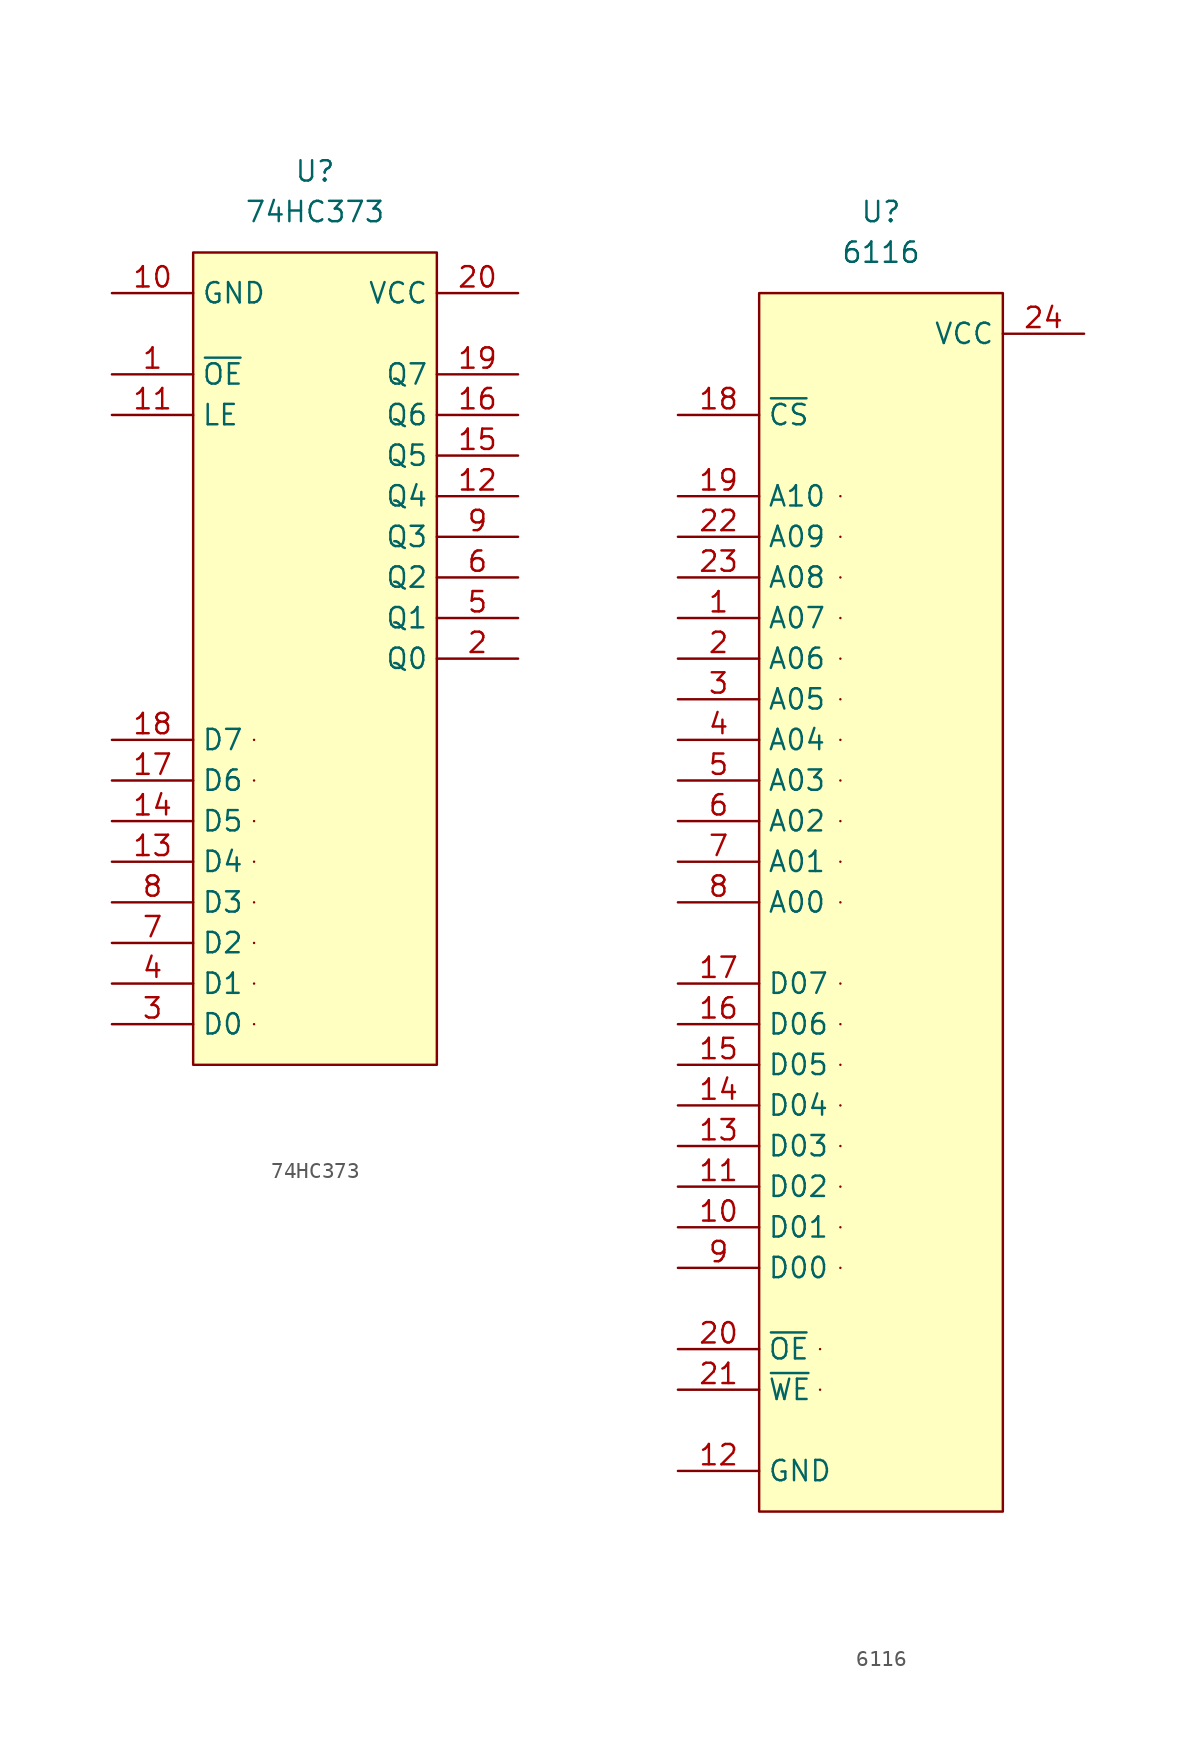
<source format=kicad_sym>
(kicad_symbol_lib
  (version 20220914)
  (generator kicad_symbol_editor)
  (symbol "74HC373"
    (property "Reference" "U"
      (at 0 33.02 0)
      (effects (font (size 1.27 1.27))))
    (property "Value" "74HC373"
      (at 0 30.48 0)
      (effects (font (size 1.27 1.27))))
    (symbol "74HC373_1_1"
      (rectangle (start -7.62 27.94) (end 7.62 -22.86) (stroke (width 0) (type default)) (fill (type background)))
      (pin input line (at -12.7 20.32 0) (length 5.08) (name "~{OE}" (effects (font (size 1.27 1.27)))) (number "1" (effects (font (size 1.27 1.27)))))
      (pin passive line (at -12.7 25.4 0) (length 5.08) (name "GND" (effects (font (size 1.27 1.27)))) (number "10" (effects (font (size 1.27 1.27)))))
      (pin input line (at -12.7 17.78 0) (length 5.08) (name "LE" (effects (font (size 1.27 1.27)))) (number "11" (effects (font (size 1.27 1.27)))))
      (pin output line (at 12.7 12.7 180) (length 5.08) (name "Q4" (effects (font (size 1.27 1.27)))) (number "12" (effects (font (size 1.27 1.27)))))
      (pin input line (at -3.81 -10.16 180) (length 0) (name "" (effects (font (size 1.27 1.27)))) (number "13" (effects (font (size 0 0)))))
      (pin input line (at -12.7 -10.16 0) (length 5.08) (name "D4" (effects (font (size 1.27 1.27)))) (number "13" (effects (font (size 1.27 1.27)))))
      (pin input line (at -3.81 -7.62 180) (length 0) (name "" (effects (font (size 1.27 1.27)))) (number "14" (effects (font (size 0 0)))))
      (pin input line (at -12.7 -7.62 0) (length 5.08) (name "D5" (effects (font (size 1.27 1.27)))) (number "14" (effects (font (size 1.27 1.27)))))
      (pin output line (at 12.7 15.24 180) (length 5.08) (name "Q5" (effects (font (size 1.27 1.27)))) (number "15" (effects (font (size 1.27 1.27)))))
      (pin output line (at 12.7 17.78 180) (length 5.08) (name "Q6" (effects (font (size 1.27 1.27)))) (number "16" (effects (font (size 1.27 1.27)))))
      (pin input line (at -3.81 -5.08 180) (length 0) (name "" (effects (font (size 1.27 1.27)))) (number "17" (effects (font (size 0 0)))))
      (pin input line (at -12.7 -5.08 0) (length 5.08) (name "D6" (effects (font (size 1.27 1.27)))) (number "17" (effects (font (size 1.27 1.27)))))
      (pin input line (at -3.81 -2.54 180) (length 0) (name "" (effects (font (size 1.27 1.27)))) (number "18" (effects (font (size 0 0)))))
      (pin input line (at -12.7 -2.54 0) (length 5.08) (name "D7" (effects (font (size 1.27 1.27)))) (number "18" (effects (font (size 1.27 1.27)))))
      (pin output line (at 12.7 20.32 180) (length 5.08) (name "Q7" (effects (font (size 1.27 1.27)))) (number "19" (effects (font (size 1.27 1.27)))))
      (pin output line (at 12.7 2.54 180) (length 5.08) (name "Q0" (effects (font (size 1.27 1.27)))) (number "2" (effects (font (size 1.27 1.27)))))
      (pin passive line (at 12.7 25.4 180) (length 5.08) (name "VCC" (effects (font (size 1.27 1.27)))) (number "20" (effects (font (size 1.27 1.27)))))
      (pin input line (at -3.81 -20.32 180) (length 0) (name "" (effects (font (size 1.27 1.27)))) (number "3" (effects (font (size 0 0)))))
      (pin input line (at -12.7 -20.32 0) (length 5.08) (name "D0" (effects (font (size 1.27 1.27)))) (number "3" (effects (font (size 1.27 1.27)))))
      (pin input line (at -3.81 -17.78 180) (length 0) (name "" (effects (font (size 1.27 1.27)))) (number "4" (effects (font (size 0 0)))))
      (pin input line (at -12.7 -17.78 0) (length 5.08) (name "D1" (effects (font (size 1.27 1.27)))) (number "4" (effects (font (size 1.27 1.27)))))
      (pin output line (at 12.7 5.08 180) (length 5.08) (name "Q1" (effects (font (size 1.27 1.27)))) (number "5" (effects (font (size 1.27 1.27)))))
      (pin output line (at 12.7 7.62 180) (length 5.08) (name "Q2" (effects (font (size 1.27 1.27)))) (number "6" (effects (font (size 1.27 1.27)))))
      (pin input line (at -3.81 -15.24 180) (length 0) (name "" (effects (font (size 1.27 1.27)))) (number "7" (effects (font (size 0 0)))))
      (pin input line (at -12.7 -15.24 0) (length 5.08) (name "D2" (effects (font (size 1.27 1.27)))) (number "7" (effects (font (size 1.27 1.27)))))
      (pin input line (at -3.81 -12.7 180) (length 0) (name "" (effects (font (size 1.27 1.27)))) (number "8" (effects (font (size 0 0)))))
      (pin input line (at -12.7 -12.7 0) (length 5.08) (name "D3" (effects (font (size 1.27 1.27)))) (number "8" (effects (font (size 1.27 1.27)))))
      (pin output line (at 12.7 10.16 180) (length 5.08) (name "Q3" (effects (font (size 1.27 1.27)))) (number "9" (effects (font (size 1.27 1.27)))))))
  (symbol "6116"
    (property "Reference" "U"
      (at 0 43.18 0)
      (effects (font (size 1.27 1.27))))
    (property "Value" "6116"
      (at 0 40.64 0)
      (effects (font (size 1.27 1.27))))
    (symbol "6116_1_1"
      (rectangle (start -7.62 38.1) (end 7.62 -38.1) (stroke (width 0) (type default)) (fill (type background)))
      (pin passive line (at -2.54 17.78 180) (length 0) (name "" (effects (font (size 1.27 1.27)))) (number "1" (effects (font (size 0 0)))))
      (pin passive line (at -12.7 17.78 0) (length 5.08) (name "A07" (effects (font (size 1.27 1.27)))) (number "1" (effects (font (size 1.27 1.27)))))
      (pin passive line (at -2.54 -20.32 180) (length 0) (name "" (effects (font (size 1.27 1.27)))) (number "10" (effects (font (size 0 0)))))
      (pin passive line (at -12.7 -20.32 0) (length 5.08) (name "D01" (effects (font (size 1.27 1.27)))) (number "10" (effects (font (size 1.27 1.27)))))
      (pin passive line (at -2.54 -17.78 180) (length 0) (name "" (effects (font (size 1.27 1.27)))) (number "11" (effects (font (size 0 0)))))
      (pin passive line (at -12.7 -17.78 0) (length 5.08) (name "D02" (effects (font (size 1.27 1.27)))) (number "11" (effects (font (size 1.27 1.27)))))
      (pin passive line (at -12.7 -35.56 0) (length 5.08) (name "GND" (effects (font (size 1.27 1.27)))) (number "12" (effects (font (size 1.27 1.27)))))
      (pin passive line (at -2.54 -15.24 180) (length 0) (name "" (effects (font (size 1.27 1.27)))) (number "13" (effects (font (size 0 0)))))
      (pin passive line (at -12.7 -15.24 0) (length 5.08) (name "D03" (effects (font (size 1.27 1.27)))) (number "13" (effects (font (size 1.27 1.27)))))
      (pin passive line (at -2.54 -12.7 180) (length 0) (name "" (effects (font (size 1.27 1.27)))) (number "14" (effects (font (size 0 0)))))
      (pin passive line (at -12.7 -12.7 0) (length 5.08) (name "D04" (effects (font (size 1.27 1.27)))) (number "14" (effects (font (size 1.27 1.27)))))
      (pin passive line (at -2.54 -10.16 180) (length 0) (name "" (effects (font (size 1.27 1.27)))) (number "15" (effects (font (size 0 0)))))
      (pin passive line (at -12.7 -10.16 0) (length 5.08) (name "D05" (effects (font (size 1.27 1.27)))) (number "15" (effects (font (size 1.27 1.27)))))
      (pin passive line (at -2.54 -7.62 180) (length 0) (name "" (effects (font (size 1.27 1.27)))) (number "16" (effects (font (size 0 0)))))
      (pin passive line (at -12.7 -7.62 0) (length 5.08) (name "D06" (effects (font (size 1.27 1.27)))) (number "16" (effects (font (size 1.27 1.27)))))
      (pin passive line (at -2.54 -5.08 180) (length 0) (name "" (effects (font (size 1.27 1.27)))) (number "17" (effects (font (size 0 0)))))
      (pin passive line (at -12.7 -5.08 0) (length 5.08) (name "D07" (effects (font (size 1.27 1.27)))) (number "17" (effects (font (size 1.27 1.27)))))
      (pin passive line (at -12.7 30.48 0) (length 5.08) (name "~{CS}" (effects (font (size 1.27 1.27)))) (number "18" (effects (font (size 1.27 1.27)))))
      (pin passive line (at -2.54 25.4 180) (length 0) (name "" (effects (font (size 1.27 1.27)))) (number "19" (effects (font (size 0 0)))))
      (pin passive line (at -12.7 25.4 0) (length 5.08) (name "A10" (effects (font (size 1.27 1.27)))) (number "19" (effects (font (size 1.27 1.27)))))
      (pin passive line (at -2.54 15.24 180) (length 0) (name "" (effects (font (size 1.27 1.27)))) (number "2" (effects (font (size 0 0)))))
      (pin passive line (at -12.7 15.24 0) (length 5.08) (name "A06" (effects (font (size 1.27 1.27)))) (number "2" (effects (font (size 1.27 1.27)))))
      (pin passive line (at -3.81 -27.94 180) (length 0) (name "" (effects (font (size 1.27 1.27)))) (number "20" (effects (font (size 0 0)))))
      (pin passive line (at -12.7 -27.94 0) (length 5.08) (name "~{OE}" (effects (font (size 1.27 1.27)))) (number "20" (effects (font (size 1.27 1.27)))))
      (pin passive line (at -3.81 -30.48 180) (length 0) (name "" (effects (font (size 1.27 1.27)))) (number "21" (effects (font (size 0 0)))))
      (pin passive line (at -12.7 -30.48 0) (length 5.08) (name "~{WE}" (effects (font (size 1.27 1.27)))) (number "21" (effects (font (size 1.27 1.27)))))
      (pin passive line (at -2.54 22.86 180) (length 0) (name "" (effects (font (size 1.27 1.27)))) (number "22" (effects (font (size 0 0)))))
      (pin passive line (at -12.7 22.86 0) (length 5.08) (name "A09" (effects (font (size 1.27 1.27)))) (number "22" (effects (font (size 1.27 1.27)))))
      (pin passive line (at -2.54 20.32 180) (length 0) (name "" (effects (font (size 1.27 1.27)))) (number "23" (effects (font (size 0 0)))))
      (pin passive line (at -12.7 20.32 0) (length 5.08) (name "A08" (effects (font (size 1.27 1.27)))) (number "23" (effects (font (size 1.27 1.27)))))
      (pin passive line (at 12.7 35.56 180) (length 5.08) (name "VCC" (effects (font (size 1.27 1.27)))) (number "24" (effects (font (size 1.27 1.27)))))
      (pin passive line (at -2.54 12.7 180) (length 0) (name "" (effects (font (size 1.27 1.27)))) (number "3" (effects (font (size 0 0)))))
      (pin passive line (at -12.7 12.7 0) (length 5.08) (name "A05" (effects (font (size 1.27 1.27)))) (number "3" (effects (font (size 1.27 1.27)))))
      (pin passive line (at -2.54 10.16 180) (length 0) (name "" (effects (font (size 1.27 1.27)))) (number "4" (effects (font (size 0 0)))))
      (pin passive line (at -12.7 10.16 0) (length 5.08) (name "A04" (effects (font (size 1.27 1.27)))) (number "4" (effects (font (size 1.27 1.27)))))
      (pin passive line (at -2.54 7.62 180) (length 0) (name "" (effects (font (size 1.27 1.27)))) (number "5" (effects (font (size 0 0)))))
      (pin passive line (at -12.7 7.62 0) (length 5.08) (name "A03" (effects (font (size 1.27 1.27)))) (number "5" (effects (font (size 1.27 1.27)))))
      (pin passive line (at -2.54 5.08 180) (length 0) (name "" (effects (font (size 1.27 1.27)))) (number "6" (effects (font (size 0 0)))))
      (pin passive line (at -12.7 5.08 0) (length 5.08) (name "A02" (effects (font (size 1.27 1.27)))) (number "6" (effects (font (size 1.27 1.27)))))
      (pin passive line (at -2.54 2.54 180) (length 0) (name "" (effects (font (size 1.27 1.27)))) (number "7" (effects (font (size 0 0)))))
      (pin passive line (at -12.7 2.54 0) (length 5.08) (name "A01" (effects (font (size 1.27 1.27)))) (number "7" (effects (font (size 1.27 1.27)))))
      (pin passive line (at -2.54 0 180) (length 0) (name "" (effects (font (size 1.27 1.27)))) (number "8" (effects (font (size 0 0)))))
      (pin passive line (at -12.7 0 0) (length 5.08) (name "A00" (effects (font (size 1.27 1.27)))) (number "8" (effects (font (size 1.27 1.27)))))
      (pin passive line (at -2.54 -22.86 180) (length 0) (name "" (effects (font (size 1.27 1.27)))) (number "9" (effects (font (size 0 0)))))
      (pin passive line (at -12.7 -22.86 0) (length 5.08) (name "D00" (effects (font (size 1.27 1.27)))) (number "9" (effects (font (size 1.27 1.27))))))))
</source>
